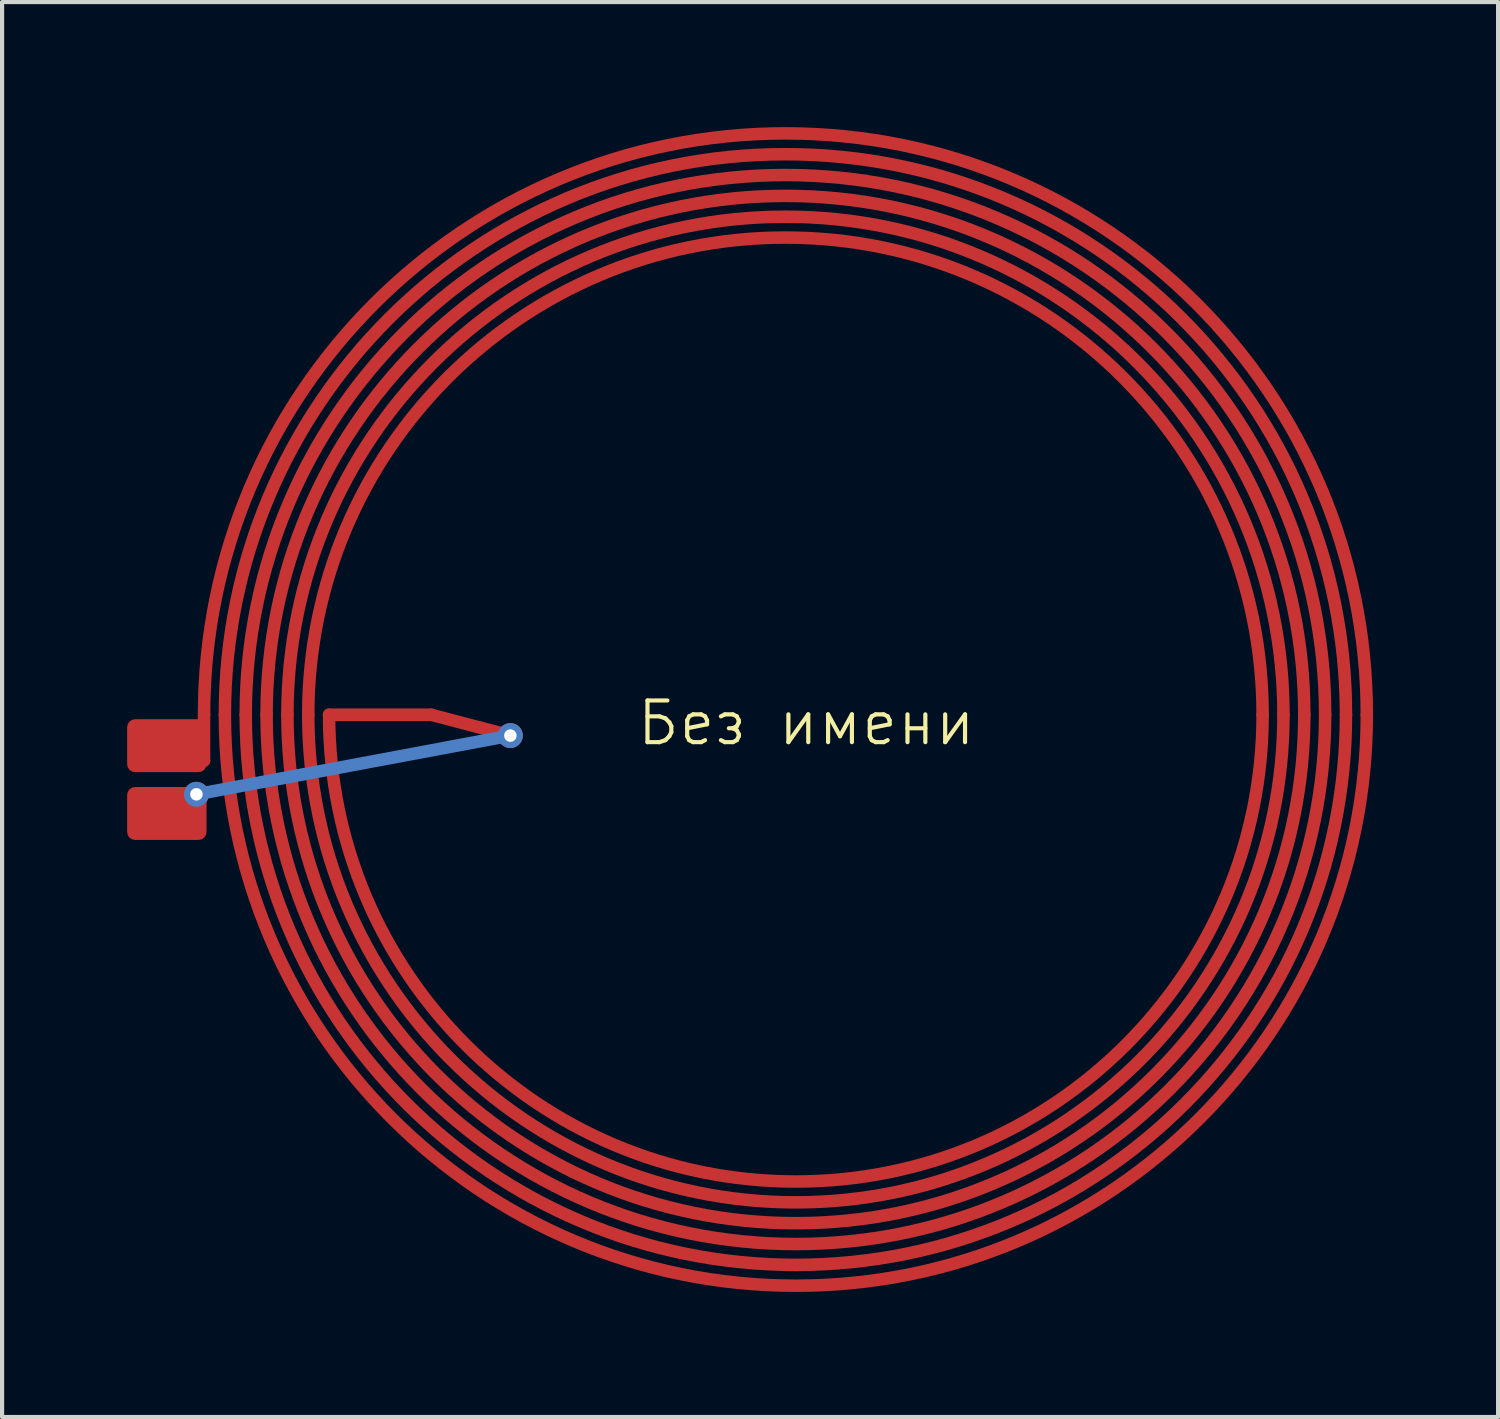
<source format=kicad_pcb>
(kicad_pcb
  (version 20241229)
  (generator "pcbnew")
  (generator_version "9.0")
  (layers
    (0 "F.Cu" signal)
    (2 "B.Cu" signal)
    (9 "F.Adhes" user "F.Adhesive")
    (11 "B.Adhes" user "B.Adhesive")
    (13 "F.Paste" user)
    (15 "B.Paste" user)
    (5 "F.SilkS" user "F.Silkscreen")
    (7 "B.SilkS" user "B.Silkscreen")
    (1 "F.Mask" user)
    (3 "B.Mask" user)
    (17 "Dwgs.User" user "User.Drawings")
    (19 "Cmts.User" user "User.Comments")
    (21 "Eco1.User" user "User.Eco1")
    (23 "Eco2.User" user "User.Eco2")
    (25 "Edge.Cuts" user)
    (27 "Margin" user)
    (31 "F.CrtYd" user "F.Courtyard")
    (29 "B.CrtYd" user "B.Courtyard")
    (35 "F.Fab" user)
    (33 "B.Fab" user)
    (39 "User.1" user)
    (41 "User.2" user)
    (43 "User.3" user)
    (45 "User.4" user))
  (footprint "Без имени"
    (layer "F.Cu")
    (at 9.296 14.65)
    (property "Reference" "Без имени" (at 7 -0.35 0) (unlocked yes) (layer "F.SilkS") (effects (font (size 1 1) (thickness 0.1))))
    (attr smd)
    (fp_line (start -7.638 1.359) (end -8.225 1.359) (stroke (width 0.3) (type default)) (layer "F.Cu"))
    (fp_line (start -7.45 -0.55) (end -7.45 0.55) (stroke (width 0.3) (type default)) (layer "F.Cu"))
    (fp_line (start -7.45 0.55) (end -8.25 0.55) (stroke (width 0.3) (type default)) (layer "F.Cu"))
    (fp_line (start -4.45 -0.55) (end -2 -0.55) (stroke (width 0.3) (type default)) (layer "F.Cu"))
    (fp_line (start -2 -0.55) (end -0.1 -0.05) (stroke (width 0.3) (type default)) (layer "F.Cu"))
    (fp_arc (start -7.45 -0.55) (mid 6.5 -14.5) (end 20.45 -0.55) (stroke (width 0.3) (type default)) (layer "F.Cu"))
    (fp_arc (start -6.95 -0.55) (mid 6.5 -14) (end 19.95 -0.55) (stroke (width 0.3) (type default)) (layer "F.Cu"))
    (fp_arc (start -6.45 -0.55) (mid 6.5 -13.5) (end 19.45 -0.55) (stroke (width 0.3) (type default)) (layer "F.Cu"))
    (fp_arc (start -5.95 -0.55) (mid 6.5 -13) (end 18.95 -0.55) (stroke (width 0.3) (type default)) (layer "F.Cu"))
    (fp_arc (start -5.45 -0.55) (mid 6.5 -12.5) (end 18.45 -0.55) (stroke (width 0.3) (type default)) (layer "F.Cu"))
    (fp_arc (start -4.95 -0.55) (mid 6.5 -12) (end 17.95 -0.55) (stroke (width 0.3) (type default)) (layer "F.Cu"))
    (fp_arc (start 17.95 -0.55) (mid 6.75 10.65) (end -4.45 -0.55) (stroke (width 0.3) (type default)) (layer "F.Cu"))
    (fp_arc (start 18.45 -0.55) (mid 6.75 11.15) (end -4.95 -0.55) (stroke (width 0.3) (type default)) (layer "F.Cu"))
    (fp_arc (start 18.95 -0.55) (mid 6.75 11.65) (end -5.45 -0.55) (stroke (width 0.3) (type default)) (layer "F.Cu"))
    (fp_arc (start 19.45 -0.55) (mid 6.75 12.15) (end -5.95 -0.55) (stroke (width 0.3) (type default)) (layer "F.Cu"))
    (fp_arc (start 19.95 -0.55) (mid 6.75 12.65) (end -6.45 -0.55) (stroke (width 0.3) (type default)) (layer "F.Cu"))
    (fp_arc (start 20.45 -0.55) (mid 6.75 13.15) (end -6.95 -0.55) (stroke (width 0.3) (type default)) (layer "F.Cu"))
    (fp_line (start -0.1 -0.05) (end -7.633 1.359) (stroke (width 0.3) (type default)) (layer "B.Cu"))
    (pad "1" smd roundrect (at -8.343 0.192) (size 1.905 1.27) (layers "F.Cu" "F.Mask" "F.Paste") (roundrect_rratio 0.15))
    (pad "2" smd roundrect (at -8.343 1.819) (size 1.905 1.27) (layers "F.Cu" "F.Mask" "F.Paste") (roundrect_rratio 0.15))
    (pad "2" thru_hole circle (at -7.633 1.359) (size 0.6 0.6) (drill 0.3) (layers "*.Cu") (remove_unused_layers yes) (keep_end_layers yes) (zone_layer_connections))
    (pad "2" thru_hole circle (at -0.1 -0.05) (size 0.6 0.6) (drill 0.3) (layers "*.Cu") (remove_unused_layers yes) (keep_end_layers yes) (zone_layer_connections)))
  (gr_rect
    (start -3 -3)
    (end 32.896 30.95)
    (stroke (width 0.1) (type default))
    (fill no)
    (layer "Edge.Cuts")))
</source>
